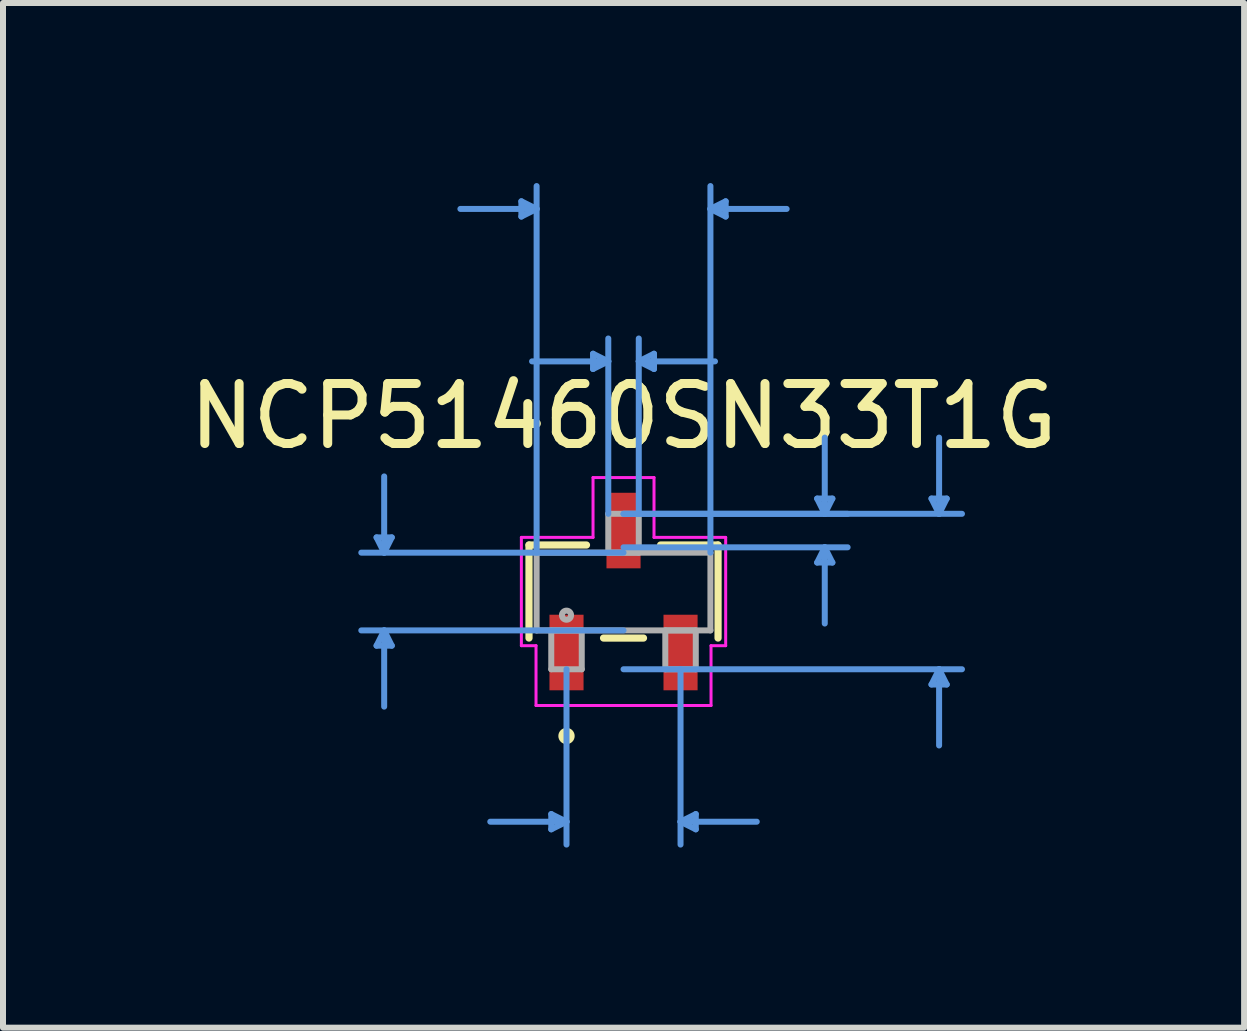
<source format=kicad_pcb>
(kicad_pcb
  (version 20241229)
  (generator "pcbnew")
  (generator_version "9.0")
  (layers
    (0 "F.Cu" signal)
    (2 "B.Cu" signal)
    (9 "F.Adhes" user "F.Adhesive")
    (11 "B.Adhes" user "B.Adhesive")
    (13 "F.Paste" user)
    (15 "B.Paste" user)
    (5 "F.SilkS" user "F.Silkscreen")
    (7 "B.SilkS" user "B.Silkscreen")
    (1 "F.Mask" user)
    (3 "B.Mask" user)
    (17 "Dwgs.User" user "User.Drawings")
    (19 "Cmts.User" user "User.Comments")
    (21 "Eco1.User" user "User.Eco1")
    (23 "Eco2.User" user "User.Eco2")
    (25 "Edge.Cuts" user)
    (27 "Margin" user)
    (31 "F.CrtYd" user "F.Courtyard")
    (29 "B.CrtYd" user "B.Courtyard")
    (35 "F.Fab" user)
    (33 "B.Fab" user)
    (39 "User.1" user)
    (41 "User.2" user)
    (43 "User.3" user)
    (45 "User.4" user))
  (footprint "NCP51460SN33T1G"
    (layer "F.Cu")
    (at 7.339 6.806)
    (property "Reference" "NCP51460SN33T1G" (at 0 -2.921 0) (layer "F.SilkS") (effects (font (size 1 1) (thickness 0.15))))
    (attr smd)
    (fp_line (start -1.575 -0.775) (end -1.575 0.775) (stroke (width 0.12) (type solid)) (layer "F.SilkS"))
    (fp_line (start -0.617 -0.775) (end -1.575 -0.775) (stroke (width 0.12) (type solid)) (layer "F.SilkS"))
    (fp_line (start -0.333 0.775) (end 0.333 0.775) (stroke (width 0.12) (type solid)) (layer "F.SilkS"))
    (fp_line (start 1.575 -0.775) (end 0.617 -0.775) (stroke (width 0.12) (type solid)) (layer "F.SilkS"))
    (fp_line (start 1.575 0.775) (end 1.575 -0.775) (stroke (width 0.12) (type solid)) (layer "F.SilkS"))
    (fp_circle (center -0.95 2.407) (end -0.874 2.407) (stroke (width 0.12) (type solid)) (fill no) (layer "F.SilkS"))
    (fp_line (start -4.115 -0.902) (end -3.861 -0.902) (stroke (width 0.1) (type solid)) (layer "Cmts.User"))
    (fp_line (start -4.115 0.902) (end -3.861 0.902) (stroke (width 0.1) (type solid)) (layer "Cmts.User"))
    (fp_line (start -3.988 -0.648) (end -4.115 -0.902) (stroke (width 0.1) (type solid)) (layer "Cmts.User"))
    (fp_line (start -3.988 -0.648) (end -3.988 -1.918) (stroke (width 0.1) (type solid)) (layer "Cmts.User"))
    (fp_line (start -3.988 -0.648) (end -3.861 -0.902) (stroke (width 0.1) (type solid)) (layer "Cmts.User"))
    (fp_line (start -3.988 0.648) (end -4.115 0.902) (stroke (width 0.1) (type solid)) (layer "Cmts.User"))
    (fp_line (start -3.988 0.648) (end -3.988 1.918) (stroke (width 0.1) (type solid)) (layer "Cmts.User"))
    (fp_line (start -3.988 0.648) (end -3.861 0.902) (stroke (width 0.1) (type solid)) (layer "Cmts.User"))
    (fp_line (start -1.702 -6.502) (end -1.702 -6.248) (stroke (width 0.1) (type solid)) (layer "Cmts.User"))
    (fp_line (start -1.448 -6.375) (end -2.718 -6.375) (stroke (width 0.1) (type solid)) (layer "Cmts.User"))
    (fp_line (start -1.448 -6.375) (end -1.702 -6.502) (stroke (width 0.1) (type solid)) (layer "Cmts.User"))
    (fp_line (start -1.448 -6.375) (end -1.702 -6.248) (stroke (width 0.1) (type solid)) (layer "Cmts.User"))
    (fp_line (start -1.448 -0.648) (end -1.448 -6.756) (stroke (width 0.1) (type solid)) (layer "Cmts.User"))
    (fp_line (start -1.204 3.708) (end -1.204 3.962) (stroke (width 0.1) (type solid)) (layer "Cmts.User"))
    (fp_line (start -0.95 1.295) (end -0.95 4.216) (stroke (width 0.1) (type solid)) (layer "Cmts.User"))
    (fp_line (start -0.95 3.835) (end -2.22 3.835) (stroke (width 0.1) (type solid)) (layer "Cmts.User"))
    (fp_line (start -0.95 3.835) (end -1.204 3.708) (stroke (width 0.1) (type solid)) (layer "Cmts.User"))
    (fp_line (start -0.95 3.835) (end -1.204 3.962) (stroke (width 0.1) (type solid)) (layer "Cmts.User"))
    (fp_line (start -0.508 -3.962) (end -0.508 -3.708) (stroke (width 0.1) (type solid)) (layer "Cmts.User"))
    (fp_line (start -0.254 -3.835) (end -1.524 -3.835) (stroke (width 0.1) (type solid)) (layer "Cmts.User"))
    (fp_line (start -0.254 -3.835) (end -0.508 -3.962) (stroke (width 0.1) (type solid)) (layer "Cmts.User"))
    (fp_line (start -0.254 -3.835) (end -0.508 -3.708) (stroke (width 0.1) (type solid)) (layer "Cmts.User"))
    (fp_line (start -0.254 -1.295) (end -0.254 -4.216) (stroke (width 0.1) (type solid)) (layer "Cmts.User"))
    (fp_line (start 0 -1.295) (end 3.734 -1.295) (stroke (width 0.1) (type solid)) (layer "Cmts.User"))
    (fp_line (start 0 -1.295) (end 5.639 -1.295) (stroke (width 0.1) (type solid)) (layer "Cmts.User"))
    (fp_line (start 0 -0.737) (end 3.734 -0.737) (stroke (width 0.1) (type solid)) (layer "Cmts.User"))
    (fp_line (start 0 -0.648) (end -4.369 -0.648) (stroke (width 0.1) (type solid)) (layer "Cmts.User"))
    (fp_line (start 0 0.648) (end -4.369 0.648) (stroke (width 0.1) (type solid)) (layer "Cmts.User"))
    (fp_line (start 0 1.295) (end 5.639 1.295) (stroke (width 0.1) (type solid)) (layer "Cmts.User"))
    (fp_line (start 0.254 -3.835) (end 0.508 -3.962) (stroke (width 0.1) (type solid)) (layer "Cmts.User"))
    (fp_line (start 0.254 -3.835) (end 0.508 -3.708) (stroke (width 0.1) (type solid)) (layer "Cmts.User"))
    (fp_line (start 0.254 -3.835) (end 1.524 -3.835) (stroke (width 0.1) (type solid)) (layer "Cmts.User"))
    (fp_line (start 0.254 -1.295) (end 0.254 -4.216) (stroke (width 0.1) (type solid)) (layer "Cmts.User"))
    (fp_line (start 0.508 -3.962) (end 0.508 -3.708) (stroke (width 0.1) (type solid)) (layer "Cmts.User"))
    (fp_line (start 0.95 1.295) (end 0.95 4.216) (stroke (width 0.1) (type solid)) (layer "Cmts.User"))
    (fp_line (start 0.95 3.835) (end 1.204 3.708) (stroke (width 0.1) (type solid)) (layer "Cmts.User"))
    (fp_line (start 0.95 3.835) (end 1.204 3.962) (stroke (width 0.1) (type solid)) (layer "Cmts.User"))
    (fp_line (start 0.95 3.835) (end 2.22 3.835) (stroke (width 0.1) (type solid)) (layer "Cmts.User"))
    (fp_line (start 1.204 3.708) (end 1.204 3.962) (stroke (width 0.1) (type solid)) (layer "Cmts.User"))
    (fp_line (start 1.448 -6.375) (end 1.702 -6.502) (stroke (width 0.1) (type solid)) (layer "Cmts.User"))
    (fp_line (start 1.448 -6.375) (end 1.702 -6.248) (stroke (width 0.1) (type solid)) (layer "Cmts.User"))
    (fp_line (start 1.448 -6.375) (end 2.718 -6.375) (stroke (width 0.1) (type solid)) (layer "Cmts.User"))
    (fp_line (start 1.448 -0.648) (end 1.448 -6.756) (stroke (width 0.1) (type solid)) (layer "Cmts.User"))
    (fp_line (start 1.702 -6.502) (end 1.702 -6.248) (stroke (width 0.1) (type solid)) (layer "Cmts.User"))
    (fp_line (start 3.226 -1.549) (end 3.48 -1.549) (stroke (width 0.1) (type solid)) (layer "Cmts.User"))
    (fp_line (start 3.226 -0.483) (end 3.48 -0.483) (stroke (width 0.1) (type solid)) (layer "Cmts.User"))
    (fp_line (start 3.353 -1.295) (end 3.226 -1.549) (stroke (width 0.1) (type solid)) (layer "Cmts.User"))
    (fp_line (start 3.353 -1.295) (end 3.353 -2.565) (stroke (width 0.1) (type solid)) (layer "Cmts.User"))
    (fp_line (start 3.353 -1.295) (end 3.48 -1.549) (stroke (width 0.1) (type solid)) (layer "Cmts.User"))
    (fp_line (start 3.353 -0.737) (end 3.226 -0.483) (stroke (width 0.1) (type solid)) (layer "Cmts.User"))
    (fp_line (start 3.353 -0.737) (end 3.353 0.533) (stroke (width 0.1) (type solid)) (layer "Cmts.User"))
    (fp_line (start 3.353 -0.737) (end 3.48 -0.483) (stroke (width 0.1) (type solid)) (layer "Cmts.User"))
    (fp_line (start 5.131 -1.549) (end 5.385 -1.549) (stroke (width 0.1) (type solid)) (layer "Cmts.User"))
    (fp_line (start 5.131 1.549) (end 5.385 1.549) (stroke (width 0.1) (type solid)) (layer "Cmts.User"))
    (fp_line (start 5.258 -1.295) (end 5.131 -1.549) (stroke (width 0.1) (type solid)) (layer "Cmts.User"))
    (fp_line (start 5.258 -1.295) (end 5.258 -2.565) (stroke (width 0.1) (type solid)) (layer "Cmts.User"))
    (fp_line (start 5.258 -1.295) (end 5.385 -1.549) (stroke (width 0.1) (type solid)) (layer "Cmts.User"))
    (fp_line (start 5.258 1.295) (end 5.131 1.549) (stroke (width 0.1) (type solid)) (layer "Cmts.User"))
    (fp_line (start 5.258 1.295) (end 5.258 2.565) (stroke (width 0.1) (type solid)) (layer "Cmts.User"))
    (fp_line (start 5.258 1.295) (end 5.385 1.549) (stroke (width 0.1) (type solid)) (layer "Cmts.User"))
    (fp_line (start -1.702 -0.902) (end -0.508 -0.902) (stroke (width 0.05) (type solid)) (layer "F.CrtYd"))
    (fp_line (start -1.702 0.902) (end -1.702 -0.902) (stroke (width 0.05) (type solid)) (layer "F.CrtYd"))
    (fp_line (start -1.458 0.902) (end -1.702 0.902) (stroke (width 0.05) (type solid)) (layer "F.CrtYd"))
    (fp_line (start -1.458 1.899) (end -1.458 0.902) (stroke (width 0.05) (type solid)) (layer "F.CrtYd"))
    (fp_line (start -0.508 -1.899) (end 0.508 -1.899) (stroke (width 0.05) (type solid)) (layer "F.CrtYd"))
    (fp_line (start -0.508 -0.902) (end -0.508 -1.899) (stroke (width 0.05) (type solid)) (layer "F.CrtYd"))
    (fp_line (start 0.508 -1.899) (end 0.508 -0.902) (stroke (width 0.05) (type solid)) (layer "F.CrtYd"))
    (fp_line (start 0.508 -0.902) (end 1.702 -0.902) (stroke (width 0.05) (type solid)) (layer "F.CrtYd"))
    (fp_line (start 1.458 0.902) (end 1.458 1.899) (stroke (width 0.05) (type solid)) (layer "F.CrtYd"))
    (fp_line (start 1.458 1.899) (end -1.458 1.899) (stroke (width 0.05) (type solid)) (layer "F.CrtYd"))
    (fp_line (start 1.702 -0.902) (end 1.702 0.902) (stroke (width 0.05) (type solid)) (layer "F.CrtYd"))
    (fp_line (start 1.702 0.902) (end 1.458 0.902) (stroke (width 0.05) (type solid)) (layer "F.CrtYd"))
    (fp_line (start -1.448 -0.648) (end -1.448 0.648) (stroke (width 0.1) (type solid)) (layer "F.Fab"))
    (fp_line (start -1.448 0.648) (end 1.448 0.648) (stroke (width 0.1) (type solid)) (layer "F.Fab"))
    (fp_line (start -1.204 0.648) (end -1.204 1.295) (stroke (width 0.1) (type solid)) (layer "F.Fab"))
    (fp_line (start -1.204 1.295) (end -0.696 1.295) (stroke (width 0.1) (type solid)) (layer "F.Fab"))
    (fp_line (start -0.696 0.648) (end -1.204 0.648) (stroke (width 0.1) (type solid)) (layer "F.Fab"))
    (fp_line (start -0.696 1.295) (end -0.696 0.648) (stroke (width 0.1) (type solid)) (layer "F.Fab"))
    (fp_line (start -0.254 -1.295) (end -0.254 -0.648) (stroke (width 0.1) (type solid)) (layer "F.Fab"))
    (fp_line (start -0.254 -0.648) (end 0.254 -0.648) (stroke (width 0.1) (type solid)) (layer "F.Fab"))
    (fp_line (start 0.254 -1.295) (end -0.254 -1.295) (stroke (width 0.1) (type solid)) (layer "F.Fab"))
    (fp_line (start 0.254 -0.648) (end 0.254 -1.295) (stroke (width 0.1) (type solid)) (layer "F.Fab"))
    (fp_line (start 0.696 0.648) (end 0.696 1.295) (stroke (width 0.1) (type solid)) (layer "F.Fab"))
    (fp_line (start 0.696 1.295) (end 1.204 1.295) (stroke (width 0.1) (type solid)) (layer "F.Fab"))
    (fp_line (start 1.204 0.648) (end 0.696 0.648) (stroke (width 0.1) (type solid)) (layer "F.Fab"))
    (fp_line (start 1.204 1.295) (end 1.204 0.648) (stroke (width 0.1) (type solid)) (layer "F.Fab"))
    (fp_line (start 1.448 -0.648) (end -1.448 -0.648) (stroke (width 0.1) (type solid)) (layer "F.Fab"))
    (fp_line (start 1.448 0.648) (end 1.448 -0.648) (stroke (width 0.1) (type solid)) (layer "F.Fab"))
    (fp_circle (center -0.95 0.394) (end -0.874 0.394) (stroke (width 0.1) (type solid)) (fill no) (layer "F.Fab"))
    (pad "1" smd rect (at -0.95 1.016) (size 0.568 1.259) (layers "F.Cu" "F.Mask" "F.Paste"))
    (pad "2" smd rect (at 0.95 1.016) (size 0.568 1.259) (layers "F.Cu" "F.Mask" "F.Paste"))
    (pad "3" smd rect (at 0 -1.016) (size 0.568 1.259) (layers "F.Cu" "F.Mask" "F.Paste")))
  (gr_rect
    (start -3 -3)
    (end 17.679 14.073)
    (stroke (width 0.1) (type default))
    (fill no)
    (layer "Edge.Cuts")))
</source>
